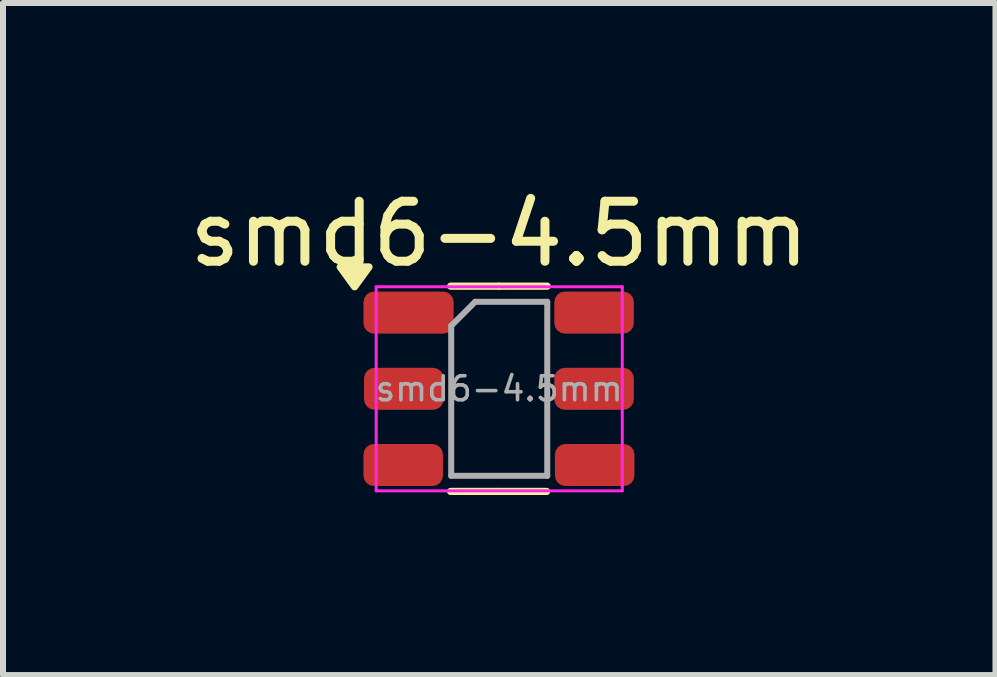
<source format=kicad_pcb>
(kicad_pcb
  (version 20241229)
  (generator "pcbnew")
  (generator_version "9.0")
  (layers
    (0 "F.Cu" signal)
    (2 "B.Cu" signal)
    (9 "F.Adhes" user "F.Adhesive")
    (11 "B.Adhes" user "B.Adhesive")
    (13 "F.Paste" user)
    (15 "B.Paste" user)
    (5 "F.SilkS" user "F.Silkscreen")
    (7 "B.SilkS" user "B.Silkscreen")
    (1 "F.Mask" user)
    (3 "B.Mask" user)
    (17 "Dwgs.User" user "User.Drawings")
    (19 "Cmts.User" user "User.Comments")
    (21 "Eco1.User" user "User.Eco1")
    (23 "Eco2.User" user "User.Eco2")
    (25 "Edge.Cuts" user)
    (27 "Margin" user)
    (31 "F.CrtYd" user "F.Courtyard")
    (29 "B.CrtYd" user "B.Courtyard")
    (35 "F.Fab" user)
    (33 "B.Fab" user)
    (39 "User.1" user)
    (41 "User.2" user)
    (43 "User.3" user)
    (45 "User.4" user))
  (footprint "smd6-4.5mm"
    (layer "F.Cu")
    (at 5.268 3.428)
    (property "Reference" "smd6-4.5mm" (at 0 -2.58 0) (layer "F.SilkS") (effects (font (size 1 1) (thickness 0.15))))
    (attr smd)
    (fp_line (start -0.01 -1.71) (end -0.81 -1.71) (stroke (width 0.12) (type solid)) (layer "F.SilkS"))
    (fp_line (start -0.01 1.71) (end -0.81 1.71) (stroke (width 0.12) (type solid)) (layer "F.SilkS"))
    (fp_line (start -0.01 1.71) (end 0.79 1.71) (stroke (width 0.12) (type solid)) (layer "F.SilkS"))
    (fp_line (start 0 -1.71) (end 0.8 -1.71) (stroke (width 0.12) (type solid)) (layer "F.SilkS"))
    (fp_poly (pts (xy -2.41 -1.7) (xy -2.65 -2.03) (xy -2.17 -2.03) (xy -2.41 -1.7)) (stroke (width 0.12) (type solid)) (fill yes) (layer "F.SilkS"))
    (fp_line (start -2.05 -1.7) (end -2.05 1.7) (stroke (width 0.05) (type solid)) (layer "F.CrtYd"))
    (fp_line (start -2.05 1.7) (end 2.05 1.7) (stroke (width 0.05) (type solid)) (layer "F.CrtYd"))
    (fp_line (start 2.05 -1.7) (end -2.05 -1.7) (stroke (width 0.05) (type solid)) (layer "F.CrtYd"))
    (fp_line (start 2.05 1.7) (end 2.05 -1.7) (stroke (width 0.05) (type solid)) (layer "F.CrtYd"))
    (fp_line (start -0.8 -1.05) (end -0.4 -1.45) (stroke (width 0.1) (type solid)) (layer "F.Fab"))
    (fp_line (start -0.8 1.45) (end -0.8 -1.05) (stroke (width 0.1) (type solid)) (layer "F.Fab"))
    (fp_line (start -0.4 -1.45) (end 0.8 -1.45) (stroke (width 0.1) (type solid)) (layer "F.Fab"))
    (fp_line (start 0.8 -1.45) (end 0.8 1.45) (stroke (width 0.1) (type solid)) (layer "F.Fab"))
    (fp_line (start 0.8 1.45) (end -0.8 1.45) (stroke (width 0.1) (type solid)) (layer "F.Fab"))
    (fp_text user "${REFERENCE}" (at 0 0 0) (layer "F.Fab") (effects (font (size 0.4 0.4) (thickness 0.06))))
    (pad "1" smd roundrect (at -1.511 -1.27) (size 1.502 0.7) (layers "F.Cu" "F.Mask" "F.Paste") (roundrect_rratio 0.25))
    (pad "2" smd roundrect (at -1.59 0) (size 1.325 0.7) (layers "F.Cu" "F.Mask" "F.Paste") (roundrect_rratio 0.25))
    (pad "3" smd roundrect (at -1.6 1.27) (size 1.325 0.7) (layers "F.Cu" "F.Mask" "F.Paste") (roundrect_rratio 0.25))
    (pad "4" smd roundrect (at 1.59 1.27) (size 1.325 0.7) (layers "F.Cu" "F.Mask" "F.Paste") (roundrect_rratio 0.25))
    (pad "5" smd roundrect (at 1.58 0) (size 1.325 0.7) (layers "F.Cu" "F.Mask" "F.Paste") (roundrect_rratio 0.25))
    (pad "6" smd roundrect (at 1.58 -1.27) (size 1.325 0.7) (layers "F.Cu" "F.Mask" "F.Paste") (roundrect_rratio 0.25)))
  (gr_rect
    (start -3 -3)
    (end 13.536 8.198)
    (stroke (width 0.1) (type default))
    (fill no)
    (layer "Edge.Cuts")))
</source>
